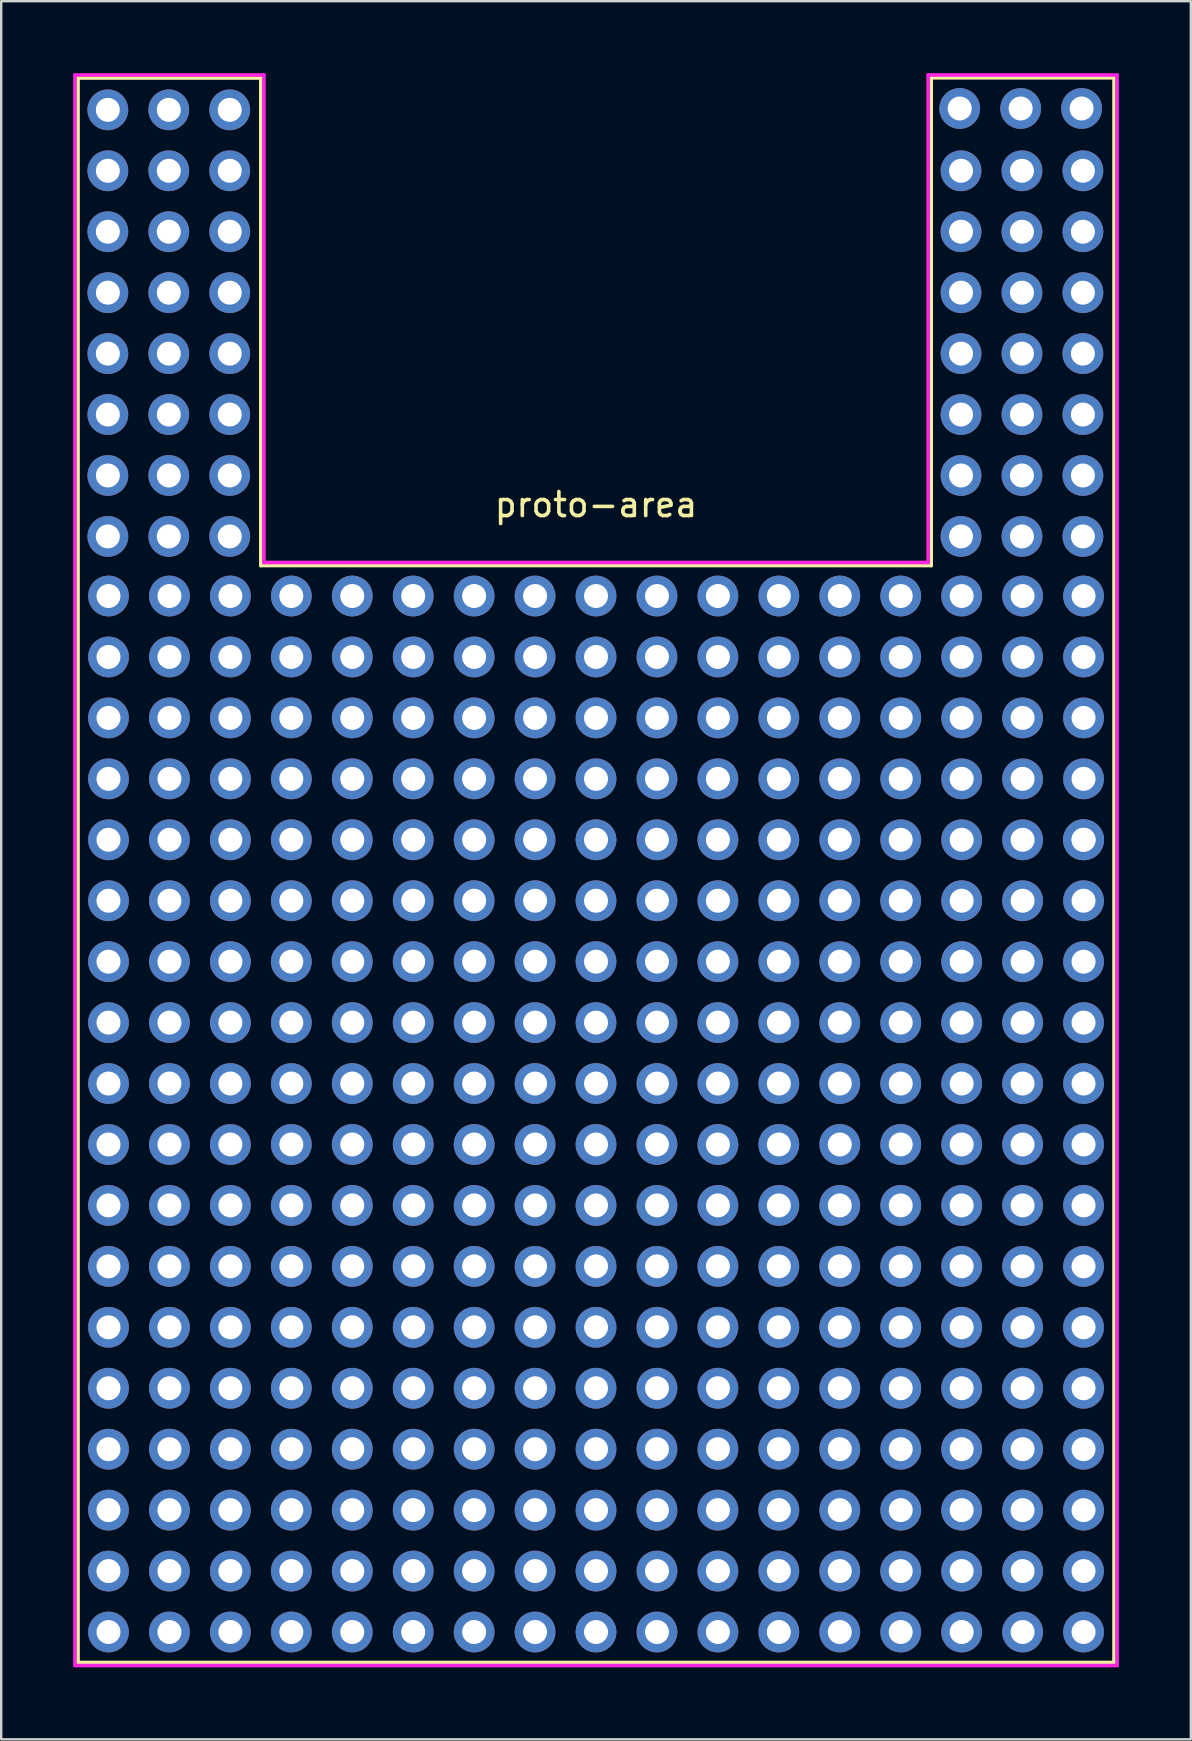
<source format=kicad_pcb>
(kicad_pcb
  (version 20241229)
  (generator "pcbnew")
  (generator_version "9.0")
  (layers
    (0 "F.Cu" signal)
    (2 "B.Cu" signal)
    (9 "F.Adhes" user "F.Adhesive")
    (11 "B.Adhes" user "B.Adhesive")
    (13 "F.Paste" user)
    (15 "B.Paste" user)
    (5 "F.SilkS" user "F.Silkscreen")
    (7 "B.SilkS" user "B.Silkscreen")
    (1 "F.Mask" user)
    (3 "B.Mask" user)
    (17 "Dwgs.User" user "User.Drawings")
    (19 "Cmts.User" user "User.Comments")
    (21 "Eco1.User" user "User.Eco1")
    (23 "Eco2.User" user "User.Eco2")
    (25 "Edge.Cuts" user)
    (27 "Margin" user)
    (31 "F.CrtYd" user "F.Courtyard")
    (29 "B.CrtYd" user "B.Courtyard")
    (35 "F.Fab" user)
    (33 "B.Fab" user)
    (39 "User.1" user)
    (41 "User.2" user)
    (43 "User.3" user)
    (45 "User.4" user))
  (footprint "proto-area"
    (layer "F.Cu")
    (at 21.792 47.192)
    (property "Reference" "proto-area" (at 0 -29.21 180) (layer "F.SilkS") (effects (font (size 1 1) (thickness 0.15))))
    (attr through_hole)
    (fp_line (start -21.59 19.05) (end -21.59 -46.99) (stroke (width 0.15) (type solid)) (layer "F.SilkS"))
    (fp_line (start -13.97 -46.99) (end -21.59 -46.99) (stroke (width 0.15) (type solid)) (layer "F.SilkS"))
    (fp_line (start -13.97 -26.67) (end -13.97 -46.99) (stroke (width 0.15) (type solid)) (layer "F.SilkS"))
    (fp_line (start -13.97 -26.67) (end 13.97 -26.67) (stroke (width 0.15) (type solid)) (layer "F.SilkS"))
    (fp_line (start 13.97 -46.99) (end 13.97 -26.67) (stroke (width 0.15) (type solid)) (layer "F.SilkS"))
    (fp_line (start 21.59 -47) (end 14 -47) (stroke (width 0.15) (type solid)) (layer "F.SilkS"))
    (fp_line (start 21.59 -46.99) (end 21.59 19.05) (stroke (width 0.15) (type solid)) (layer "F.SilkS"))
    (fp_line (start 21.59 19.05) (end -21.59 19.05) (stroke (width 0.15) (type solid)) (layer "F.SilkS"))
    (fp_line (start -21.717 -47.117) (end -21.717 19.177) (stroke (width 0.15) (type solid)) (layer "F.CrtYd"))
    (fp_line (start -21.717 19.177) (end 21.717 19.177) (stroke (width 0.15) (type solid)) (layer "F.CrtYd"))
    (fp_line (start -13.843 -47.117) (end -21.717 -47.117) (stroke (width 0.15) (type solid)) (layer "F.CrtYd"))
    (fp_line (start -13.843 -26.797) (end -13.843 -47.117) (stroke (width 0.15) (type solid)) (layer "F.CrtYd"))
    (fp_line (start 13.843 -47.117) (end 13.843 -26.797) (stroke (width 0.15) (type solid)) (layer "F.CrtYd"))
    (fp_line (start 13.843 -26.797) (end -13.843 -26.797) (stroke (width 0.15) (type solid)) (layer "F.CrtYd"))
    (fp_line (start 21.717 -47.117) (end 13.843 -47.117) (stroke (width 0.15) (type solid)) (layer "F.CrtYd"))
    (fp_line (start 21.717 19.177) (end 21.717 -47.117) (stroke (width 0.15) (type solid)) (layer "F.CrtYd"))
    (pad "" thru_hole circle (at -20.32 -25.4 180) (size 1.7 1.7) (drill 1) (layers "*.Cu" "*.Mask"))
    (pad "" thru_hole circle (at -20.32 -22.86) (size 1.7 1.7) (drill 1) (layers "*.Cu" "*.Mask"))
    (pad "" thru_hole circle (at -20.32 -20.32) (size 1.7 1.7) (drill 1) (layers "*.Cu" "*.Mask"))
    (pad "" thru_hole circle (at -20.32 -17.78) (size 1.7 1.7) (drill 1) (layers "*.Cu" "*.Mask"))
    (pad "" thru_hole circle (at -20.32 -15.24) (size 1.7 1.7) (drill 1) (layers "*.Cu" "*.Mask"))
    (pad "" thru_hole circle (at -20.32 -12.7) (size 1.7 1.7) (drill 1) (layers "*.Cu" "*.Mask"))
    (pad "" thru_hole circle (at -20.32 -10.16) (size 1.7 1.7) (drill 1) (layers "*.Cu" "*.Mask"))
    (pad "" thru_hole circle (at -20.32 -7.62) (size 1.7 1.7) (drill 1) (layers "*.Cu" "*.Mask"))
    (pad "" thru_hole circle (at -20.32 -5.08) (size 1.7 1.7) (drill 1) (layers "*.Cu" "*.Mask"))
    (pad "" thru_hole circle (at -20.32 -2.54) (size 1.7 1.7) (drill 1) (layers "*.Cu" "*.Mask"))
    (pad "" thru_hole circle (at -20.32 0) (size 1.7 1.7) (drill 1) (layers "*.Cu" "*.Mask"))
    (pad "" thru_hole circle (at -20.32 2.54) (size 1.7 1.7) (drill 1) (layers "*.Cu" "*.Mask"))
    (pad "" thru_hole circle (at -20.32 5.08) (size 1.7 1.7) (drill 1) (layers "*.Cu" "*.Mask"))
    (pad "" thru_hole circle (at -20.32 7.62) (size 1.7 1.7) (drill 1) (layers "*.Cu" "*.Mask"))
    (pad "" thru_hole circle (at -20.32 10.16) (size 1.7 1.7) (drill 1) (layers "*.Cu" "*.Mask"))
    (pad "" thru_hole circle (at -20.32 12.7) (size 1.7 1.7) (drill 1) (layers "*.Cu" "*.Mask"))
    (pad "" thru_hole circle (at -20.32 15.24) (size 1.7 1.7) (drill 1) (layers "*.Cu" "*.Mask"))
    (pad "" thru_hole circle (at -20.32 17.78) (size 1.7 1.7) (drill 1) (layers "*.Cu" "*.Mask"))
    (pad "" thru_hole circle (at -17.78 -25.4 180) (size 1.7 1.7) (drill 1) (layers "*.Cu" "*.Mask"))
    (pad "" thru_hole circle (at -17.78 -22.86) (size 1.7 1.7) (drill 1) (layers "*.Cu" "*.Mask"))
    (pad "" thru_hole circle (at -17.78 -20.32) (size 1.7 1.7) (drill 1) (layers "*.Cu" "*.Mask"))
    (pad "" thru_hole circle (at -17.78 -17.78) (size 1.7 1.7) (drill 1) (layers "*.Cu" "*.Mask"))
    (pad "" thru_hole circle (at -17.78 -15.24) (size 1.7 1.7) (drill 1) (layers "*.Cu" "*.Mask"))
    (pad "" thru_hole circle (at -17.78 -12.7) (size 1.7 1.7) (drill 1) (layers "*.Cu" "*.Mask"))
    (pad "" thru_hole circle (at -17.78 -10.16) (size 1.7 1.7) (drill 1) (layers "*.Cu" "*.Mask"))
    (pad "" thru_hole circle (at -17.78 -7.62) (size 1.7 1.7) (drill 1) (layers "*.Cu" "*.Mask"))
    (pad "" thru_hole circle (at -17.78 -5.08) (size 1.7 1.7) (drill 1) (layers "*.Cu" "*.Mask"))
    (pad "" thru_hole circle (at -17.78 -2.54) (size 1.7 1.7) (drill 1) (layers "*.Cu" "*.Mask"))
    (pad "" thru_hole circle (at -17.78 0) (size 1.7 1.7) (drill 1) (layers "*.Cu" "*.Mask"))
    (pad "" thru_hole circle (at -17.78 2.54) (size 1.7 1.7) (drill 1) (layers "*.Cu" "*.Mask"))
    (pad "" thru_hole circle (at -17.78 5.08) (size 1.7 1.7) (drill 1) (layers "*.Cu" "*.Mask"))
    (pad "" thru_hole circle (at -17.78 7.62) (size 1.7 1.7) (drill 1) (layers "*.Cu" "*.Mask"))
    (pad "" thru_hole circle (at -17.78 10.16) (size 1.7 1.7) (drill 1) (layers "*.Cu" "*.Mask"))
    (pad "" thru_hole circle (at -17.78 12.7) (size 1.7 1.7) (drill 1) (layers "*.Cu" "*.Mask"))
    (pad "" thru_hole circle (at -17.78 15.24) (size 1.7 1.7) (drill 1) (layers "*.Cu" "*.Mask"))
    (pad "" thru_hole circle (at -17.78 17.78) (size 1.7 1.7) (drill 1) (layers "*.Cu" "*.Mask"))
    (pad "" thru_hole circle (at -15.24 -25.4 180) (size 1.7 1.7) (drill 1) (layers "*.Cu" "*.Mask"))
    (pad "" thru_hole circle (at -15.24 -22.86) (size 1.7 1.7) (drill 1) (layers "*.Cu" "*.Mask"))
    (pad "" thru_hole circle (at -15.24 -20.32) (size 1.7 1.7) (drill 1) (layers "*.Cu" "*.Mask"))
    (pad "" thru_hole circle (at -15.24 -17.78) (size 1.7 1.7) (drill 1) (layers "*.Cu" "*.Mask"))
    (pad "" thru_hole circle (at -15.24 -15.24) (size 1.7 1.7) (drill 1) (layers "*.Cu" "*.Mask"))
    (pad "" thru_hole circle (at -15.24 -12.7) (size 1.7 1.7) (drill 1) (layers "*.Cu" "*.Mask"))
    (pad "" thru_hole circle (at -15.24 -10.16) (size 1.7 1.7) (drill 1) (layers "*.Cu" "*.Mask"))
    (pad "" thru_hole circle (at -15.24 -7.62) (size 1.7 1.7) (drill 1) (layers "*.Cu" "*.Mask"))
    (pad "" thru_hole circle (at -15.24 -5.08) (size 1.7 1.7) (drill 1) (layers "*.Cu" "*.Mask"))
    (pad "" thru_hole circle (at -15.24 -2.54) (size 1.7 1.7) (drill 1) (layers "*.Cu" "*.Mask"))
    (pad "" thru_hole circle (at -15.24 0) (size 1.7 1.7) (drill 1) (layers "*.Cu" "*.Mask"))
    (pad "" thru_hole circle (at -15.24 2.54) (size 1.7 1.7) (drill 1) (layers "*.Cu" "*.Mask"))
    (pad "" thru_hole circle (at -15.24 5.08) (size 1.7 1.7) (drill 1) (layers "*.Cu" "*.Mask"))
    (pad "" thru_hole circle (at -15.24 7.62) (size 1.7 1.7) (drill 1) (layers "*.Cu" "*.Mask"))
    (pad "" thru_hole circle (at -15.24 10.16) (size 1.7 1.7) (drill 1) (layers "*.Cu" "*.Mask"))
    (pad "" thru_hole circle (at -15.24 12.7) (size 1.7 1.7) (drill 1) (layers "*.Cu" "*.Mask"))
    (pad "" thru_hole circle (at -15.24 15.24) (size 1.7 1.7) (drill 1) (layers "*.Cu" "*.Mask"))
    (pad "" thru_hole circle (at -15.24 17.78) (size 1.7 1.7) (drill 1) (layers "*.Cu" "*.Mask"))
    (pad "" thru_hole circle (at -12.7 -25.4 180) (size 1.7 1.7) (drill 1) (layers "*.Cu" "*.Mask"))
    (pad "" thru_hole circle (at -12.7 -22.86) (size 1.7 1.7) (drill 1) (layers "*.Cu" "*.Mask"))
    (pad "" thru_hole circle (at -12.7 -20.32) (size 1.7 1.7) (drill 1) (layers "*.Cu" "*.Mask"))
    (pad "" thru_hole circle (at -12.7 -17.78) (size 1.7 1.7) (drill 1) (layers "*.Cu" "*.Mask"))
    (pad "" thru_hole circle (at -12.7 -15.24) (size 1.7 1.7) (drill 1) (layers "*.Cu" "*.Mask"))
    (pad "" thru_hole circle (at -12.7 -12.7) (size 1.7 1.7) (drill 1) (layers "*.Cu" "*.Mask"))
    (pad "" thru_hole circle (at -12.7 -10.16) (size 1.7 1.7) (drill 1) (layers "*.Cu" "*.Mask"))
    (pad "" thru_hole circle (at -12.7 -7.62) (size 1.7 1.7) (drill 1) (layers "*.Cu" "*.Mask"))
    (pad "" thru_hole circle (at -12.7 -5.08) (size 1.7 1.7) (drill 1) (layers "*.Cu" "*.Mask"))
    (pad "" thru_hole circle (at -12.7 -2.54) (size 1.7 1.7) (drill 1) (layers "*.Cu" "*.Mask"))
    (pad "" thru_hole circle (at -12.7 0) (size 1.7 1.7) (drill 1) (layers "*.Cu" "*.Mask"))
    (pad "" thru_hole circle (at -12.7 2.54) (size 1.7 1.7) (drill 1) (layers "*.Cu" "*.Mask"))
    (pad "" thru_hole circle (at -12.7 5.08) (size 1.7 1.7) (drill 1) (layers "*.Cu" "*.Mask"))
    (pad "" thru_hole circle (at -12.7 7.62) (size 1.7 1.7) (drill 1) (layers "*.Cu" "*.Mask"))
    (pad "" thru_hole circle (at -12.7 10.16) (size 1.7 1.7) (drill 1) (layers "*.Cu" "*.Mask"))
    (pad "" thru_hole circle (at -12.7 12.7) (size 1.7 1.7) (drill 1) (layers "*.Cu" "*.Mask"))
    (pad "" thru_hole circle (at -12.7 15.24) (size 1.7 1.7) (drill 1) (layers "*.Cu" "*.Mask"))
    (pad "" thru_hole circle (at -12.7 17.78) (size 1.7 1.7) (drill 1) (layers "*.Cu" "*.Mask"))
    (pad "" thru_hole circle (at -10.16 -25.4 180) (size 1.7 1.7) (drill 1) (layers "*.Cu" "*.Mask"))
    (pad "" thru_hole circle (at -10.16 -22.86) (size 1.7 1.7) (drill 1) (layers "*.Cu" "*.Mask"))
    (pad "" thru_hole circle (at -10.16 -20.32) (size 1.7 1.7) (drill 1) (layers "*.Cu" "*.Mask"))
    (pad "" thru_hole circle (at -10.16 -17.78) (size 1.7 1.7) (drill 1) (layers "*.Cu" "*.Mask"))
    (pad "" thru_hole circle (at -10.16 -15.24) (size 1.7 1.7) (drill 1) (layers "*.Cu" "*.Mask"))
    (pad "" thru_hole circle (at -10.16 -12.7) (size 1.7 1.7) (drill 1) (layers "*.Cu" "*.Mask"))
    (pad "" thru_hole circle (at -10.16 -10.16) (size 1.7 1.7) (drill 1) (layers "*.Cu" "*.Mask"))
    (pad "" thru_hole circle (at -10.16 -7.62) (size 1.7 1.7) (drill 1) (layers "*.Cu" "*.Mask"))
    (pad "" thru_hole circle (at -10.16 -5.08) (size 1.7 1.7) (drill 1) (layers "*.Cu" "*.Mask"))
    (pad "" thru_hole circle (at -10.16 -2.54) (size 1.7 1.7) (drill 1) (layers "*.Cu" "*.Mask"))
    (pad "" thru_hole circle (at -10.16 0) (size 1.7 1.7) (drill 1) (layers "*.Cu" "*.Mask"))
    (pad "" thru_hole circle (at -10.16 2.54) (size 1.7 1.7) (drill 1) (layers "*.Cu" "*.Mask"))
    (pad "" thru_hole circle (at -10.16 5.08) (size 1.7 1.7) (drill 1) (layers "*.Cu" "*.Mask"))
    (pad "" thru_hole circle (at -10.16 7.62) (size 1.7 1.7) (drill 1) (layers "*.Cu" "*.Mask"))
    (pad "" thru_hole circle (at -10.16 10.16) (size 1.7 1.7) (drill 1) (layers "*.Cu" "*.Mask"))
    (pad "" thru_hole circle (at -10.16 12.7) (size 1.7 1.7) (drill 1) (layers "*.Cu" "*.Mask"))
    (pad "" thru_hole circle (at -10.16 15.24) (size 1.7 1.7) (drill 1) (layers "*.Cu" "*.Mask"))
    (pad "" thru_hole circle (at -10.16 17.78) (size 1.7 1.7) (drill 1) (layers "*.Cu" "*.Mask"))
    (pad "" thru_hole circle (at -7.62 -25.4 180) (size 1.7 1.7) (drill 1) (layers "*.Cu" "*.Mask"))
    (pad "" thru_hole circle (at -7.62 -22.86) (size 1.7 1.7) (drill 1) (layers "*.Cu" "*.Mask"))
    (pad "" thru_hole circle (at -7.62 -20.32) (size 1.7 1.7) (drill 1) (layers "*.Cu" "*.Mask"))
    (pad "" thru_hole circle (at -7.62 -17.78) (size 1.7 1.7) (drill 1) (layers "*.Cu" "*.Mask"))
    (pad "" thru_hole circle (at -7.62 -15.24) (size 1.7 1.7) (drill 1) (layers "*.Cu" "*.Mask"))
    (pad "" thru_hole circle (at -7.62 -12.7) (size 1.7 1.7) (drill 1) (layers "*.Cu" "*.Mask"))
    (pad "" thru_hole circle (at -7.62 -10.16) (size 1.7 1.7) (drill 1) (layers "*.Cu" "*.Mask"))
    (pad "" thru_hole circle (at -7.62 -7.62) (size 1.7 1.7) (drill 1) (layers "*.Cu" "*.Mask"))
    (pad "" thru_hole circle (at -7.62 -5.08) (size 1.7 1.7) (drill 1) (layers "*.Cu" "*.Mask"))
    (pad "" thru_hole circle (at -7.62 -2.54) (size 1.7 1.7) (drill 1) (layers "*.Cu" "*.Mask"))
    (pad "" thru_hole circle (at -7.62 0) (size 1.7 1.7) (drill 1) (layers "*.Cu" "*.Mask"))
    (pad "" thru_hole circle (at -7.62 2.54) (size 1.7 1.7) (drill 1) (layers "*.Cu" "*.Mask"))
    (pad "" thru_hole circle (at -7.62 5.08) (size 1.7 1.7) (drill 1) (layers "*.Cu" "*.Mask"))
    (pad "" thru_hole circle (at -7.62 7.62) (size 1.7 1.7) (drill 1) (layers "*.Cu" "*.Mask"))
    (pad "" thru_hole circle (at -7.62 10.16) (size 1.7 1.7) (drill 1) (layers "*.Cu" "*.Mask"))
    (pad "" thru_hole circle (at -7.62 12.7) (size 1.7 1.7) (drill 1) (layers "*.Cu" "*.Mask"))
    (pad "" thru_hole circle (at -7.62 15.24) (size 1.7 1.7) (drill 1) (layers "*.Cu" "*.Mask"))
    (pad "" thru_hole circle (at -7.62 17.78) (size 1.7 1.7) (drill 1) (layers "*.Cu" "*.Mask"))
    (pad "" thru_hole circle (at -5.08 -25.4 180) (size 1.7 1.7) (drill 1) (layers "*.Cu" "*.Mask"))
    (pad "" thru_hole circle (at -5.08 -22.86) (size 1.7 1.7) (drill 1) (layers "*.Cu" "*.Mask"))
    (pad "" thru_hole circle (at -5.08 -20.32) (size 1.7 1.7) (drill 1) (layers "*.Cu" "*.Mask"))
    (pad "" thru_hole circle (at -5.08 -17.78) (size 1.7 1.7) (drill 1) (layers "*.Cu" "*.Mask"))
    (pad "" thru_hole circle (at -5.08 -15.24) (size 1.7 1.7) (drill 1) (layers "*.Cu" "*.Mask"))
    (pad "" thru_hole circle (at -5.08 -12.7) (size 1.7 1.7) (drill 1) (layers "*.Cu" "*.Mask"))
    (pad "" thru_hole circle (at -5.08 -10.16) (size 1.7 1.7) (drill 1) (layers "*.Cu" "*.Mask"))
    (pad "" thru_hole circle (at -5.08 -7.62) (size 1.7 1.7) (drill 1) (layers "*.Cu" "*.Mask"))
    (pad "" thru_hole circle (at -5.08 -5.08) (size 1.7 1.7) (drill 1) (layers "*.Cu" "*.Mask"))
    (pad "" thru_hole circle (at -5.08 -2.54) (size 1.7 1.7) (drill 1) (layers "*.Cu" "*.Mask"))
    (pad "" thru_hole circle (at -5.08 0) (size 1.7 1.7) (drill 1) (layers "*.Cu" "*.Mask"))
    (pad "" thru_hole circle (at -5.08 2.54) (size 1.7 1.7) (drill 1) (layers "*.Cu" "*.Mask"))
    (pad "" thru_hole circle (at -5.08 5.08) (size 1.7 1.7) (drill 1) (layers "*.Cu" "*.Mask"))
    (pad "" thru_hole circle (at -5.08 7.62) (size 1.7 1.7) (drill 1) (layers "*.Cu" "*.Mask"))
    (pad "" thru_hole circle (at -5.08 10.16) (size 1.7 1.7) (drill 1) (layers "*.Cu" "*.Mask"))
    (pad "" thru_hole circle (at -5.08 12.7) (size 1.7 1.7) (drill 1) (layers "*.Cu" "*.Mask"))
    (pad "" thru_hole circle (at -5.08 15.24) (size 1.7 1.7) (drill 1) (layers "*.Cu" "*.Mask"))
    (pad "" thru_hole circle (at -5.08 17.78) (size 1.7 1.7) (drill 1) (layers "*.Cu" "*.Mask"))
    (pad "" thru_hole circle (at -2.54 -25.4 180) (size 1.7 1.7) (drill 1) (layers "*.Cu" "*.Mask"))
    (pad "" thru_hole circle (at -2.54 -22.86) (size 1.7 1.7) (drill 1) (layers "*.Cu" "*.Mask"))
    (pad "" thru_hole circle (at -2.54 -20.32) (size 1.7 1.7) (drill 1) (layers "*.Cu" "*.Mask"))
    (pad "" thru_hole circle (at -2.54 -17.78) (size 1.7 1.7) (drill 1) (layers "*.Cu" "*.Mask"))
    (pad "" thru_hole circle (at -2.54 -15.24) (size 1.7 1.7) (drill 1) (layers "*.Cu" "*.Mask"))
    (pad "" thru_hole circle (at -2.54 -12.7) (size 1.7 1.7) (drill 1) (layers "*.Cu" "*.Mask"))
    (pad "" thru_hole circle (at -2.54 -10.16) (size 1.7 1.7) (drill 1) (layers "*.Cu" "*.Mask"))
    (pad "" thru_hole circle (at -2.54 -7.62) (size 1.7 1.7) (drill 1) (layers "*.Cu" "*.Mask"))
    (pad "" thru_hole circle (at -2.54 -5.08) (size 1.7 1.7) (drill 1) (layers "*.Cu" "*.Mask"))
    (pad "" thru_hole circle (at -2.54 -2.54) (size 1.7 1.7) (drill 1) (layers "*.Cu" "*.Mask"))
    (pad "" thru_hole circle (at -2.54 0) (size 1.7 1.7) (drill 1) (layers "*.Cu" "*.Mask"))
    (pad "" thru_hole circle (at -2.54 2.54) (size 1.7 1.7) (drill 1) (layers "*.Cu" "*.Mask"))
    (pad "" thru_hole circle (at -2.54 5.08) (size 1.7 1.7) (drill 1) (layers "*.Cu" "*.Mask"))
    (pad "" thru_hole circle (at -2.54 7.62) (size 1.7 1.7) (drill 1) (layers "*.Cu" "*.Mask"))
    (pad "" thru_hole circle (at -2.54 10.16) (size 1.7 1.7) (drill 1) (layers "*.Cu" "*.Mask"))
    (pad "" thru_hole circle (at -2.54 12.7) (size 1.7 1.7) (drill 1) (layers "*.Cu" "*.Mask"))
    (pad "" thru_hole circle (at -2.54 15.24) (size 1.7 1.7) (drill 1) (layers "*.Cu" "*.Mask"))
    (pad "" thru_hole circle (at -2.54 17.78) (size 1.7 1.7) (drill 1) (layers "*.Cu" "*.Mask"))
    (pad "" thru_hole circle (at 0 -25.4 180) (size 1.7 1.7) (drill 1) (layers "*.Cu" "*.Mask"))
    (pad "" thru_hole circle (at 0 -22.86) (size 1.7 1.7) (drill 1) (layers "*.Cu" "*.Mask"))
    (pad "" thru_hole circle (at 0 -20.32) (size 1.7 1.7) (drill 1) (layers "*.Cu" "*.Mask"))
    (pad "" thru_hole circle (at 0 -17.78) (size 1.7 1.7) (drill 1) (layers "*.Cu" "*.Mask"))
    (pad "" thru_hole circle (at 0 -15.24) (size 1.7 1.7) (drill 1) (layers "*.Cu" "*.Mask"))
    (pad "" thru_hole circle (at 0 -12.7) (size 1.7 1.7) (drill 1) (layers "*.Cu" "*.Mask"))
    (pad "" thru_hole circle (at 0 -10.16) (size 1.7 1.7) (drill 1) (layers "*.Cu" "*.Mask"))
    (pad "" thru_hole circle (at 0 -7.62) (size 1.7 1.7) (drill 1) (layers "*.Cu" "*.Mask"))
    (pad "" thru_hole circle (at 0 -5.08) (size 1.7 1.7) (drill 1) (layers "*.Cu" "*.Mask"))
    (pad "" thru_hole circle (at 0 -2.54) (size 1.7 1.7) (drill 1) (layers "*.Cu" "*.Mask"))
    (pad "" thru_hole circle (at 0 0) (size 1.7 1.7) (drill 1) (layers "*.Cu" "*.Mask"))
    (pad "" thru_hole circle (at 0 2.54) (size 1.7 1.7) (drill 1) (layers "*.Cu" "*.Mask"))
    (pad "" thru_hole circle (at 0 5.08) (size 1.7 1.7) (drill 1) (layers "*.Cu" "*.Mask"))
    (pad "" thru_hole circle (at 0 7.62) (size 1.7 1.7) (drill 1) (layers "*.Cu" "*.Mask"))
    (pad "" thru_hole circle (at 0 10.16) (size 1.7 1.7) (drill 1) (layers "*.Cu" "*.Mask"))
    (pad "" thru_hole circle (at 0 12.7) (size 1.7 1.7) (drill 1) (layers "*.Cu" "*.Mask"))
    (pad "" thru_hole circle (at 0 15.24) (size 1.7 1.7) (drill 1) (layers "*.Cu" "*.Mask"))
    (pad "" thru_hole circle (at 0 17.78) (size 1.7 1.7) (drill 1) (layers "*.Cu" "*.Mask"))
    (pad "" thru_hole circle (at 2.54 -25.4 180) (size 1.7 1.7) (drill 1) (layers "*.Cu" "*.Mask"))
    (pad "" thru_hole circle (at 2.54 -22.86) (size 1.7 1.7) (drill 1) (layers "*.Cu" "*.Mask"))
    (pad "" thru_hole circle (at 2.54 -20.32) (size 1.7 1.7) (drill 1) (layers "*.Cu" "*.Mask"))
    (pad "" thru_hole circle (at 2.54 -17.78) (size 1.7 1.7) (drill 1) (layers "*.Cu" "*.Mask"))
    (pad "" thru_hole circle (at 2.54 -15.24) (size 1.7 1.7) (drill 1) (layers "*.Cu" "*.Mask"))
    (pad "" thru_hole circle (at 2.54 -12.7) (size 1.7 1.7) (drill 1) (layers "*.Cu" "*.Mask"))
    (pad "" thru_hole circle (at 2.54 -10.16) (size 1.7 1.7) (drill 1) (layers "*.Cu" "*.Mask"))
    (pad "" thru_hole circle (at 2.54 -7.62) (size 1.7 1.7) (drill 1) (layers "*.Cu" "*.Mask"))
    (pad "" thru_hole circle (at 2.54 -5.08) (size 1.7 1.7) (drill 1) (layers "*.Cu" "*.Mask"))
    (pad "" thru_hole circle (at 2.54 -2.54) (size 1.7 1.7) (drill 1) (layers "*.Cu" "*.Mask"))
    (pad "" thru_hole circle (at 2.54 0) (size 1.7 1.7) (drill 1) (layers "*.Cu" "*.Mask"))
    (pad "" thru_hole circle (at 2.54 2.54) (size 1.7 1.7) (drill 1) (layers "*.Cu" "*.Mask"))
    (pad "" thru_hole circle (at 2.54 5.08) (size 1.7 1.7) (drill 1) (layers "*.Cu" "*.Mask"))
    (pad "" thru_hole circle (at 2.54 7.62) (size 1.7 1.7) (drill 1) (layers "*.Cu" "*.Mask"))
    (pad "" thru_hole circle (at 2.54 10.16) (size 1.7 1.7) (drill 1) (layers "*.Cu" "*.Mask"))
    (pad "" thru_hole circle (at 2.54 12.7) (size 1.7 1.7) (drill 1) (layers "*.Cu" "*.Mask"))
    (pad "" thru_hole circle (at 2.54 15.24) (size 1.7 1.7) (drill 1) (layers "*.Cu" "*.Mask"))
    (pad "" thru_hole circle (at 2.54 17.78) (size 1.7 1.7) (drill 1) (layers "*.Cu" "*.Mask"))
    (pad "" thru_hole circle (at 5.08 -25.4 180) (size 1.7 1.7) (drill 1) (layers "*.Cu" "*.Mask"))
    (pad "" thru_hole circle (at 5.08 -22.86) (size 1.7 1.7) (drill 1) (layers "*.Cu" "*.Mask"))
    (pad "" thru_hole circle (at 5.08 -20.32) (size 1.7 1.7) (drill 1) (layers "*.Cu" "*.Mask"))
    (pad "" thru_hole circle (at 5.08 -17.78) (size 1.7 1.7) (drill 1) (layers "*.Cu" "*.Mask"))
    (pad "" thru_hole circle (at 5.08 -15.24) (size 1.7 1.7) (drill 1) (layers "*.Cu" "*.Mask"))
    (pad "" thru_hole circle (at 5.08 -12.7) (size 1.7 1.7) (drill 1) (layers "*.Cu" "*.Mask"))
    (pad "" thru_hole circle (at 5.08 -10.16) (size 1.7 1.7) (drill 1) (layers "*.Cu" "*.Mask"))
    (pad "" thru_hole circle (at 5.08 -7.62) (size 1.7 1.7) (drill 1) (layers "*.Cu" "*.Mask"))
    (pad "" thru_hole circle (at 5.08 -5.08) (size 1.7 1.7) (drill 1) (layers "*.Cu" "*.Mask"))
    (pad "" thru_hole circle (at 5.08 -2.54) (size 1.7 1.7) (drill 1) (layers "*.Cu" "*.Mask"))
    (pad "" thru_hole circle (at 5.08 0) (size 1.7 1.7) (drill 1) (layers "*.Cu" "*.Mask"))
    (pad "" thru_hole circle (at 5.08 2.54) (size 1.7 1.7) (drill 1) (layers "*.Cu" "*.Mask"))
    (pad "" thru_hole circle (at 5.08 5.08) (size 1.7 1.7) (drill 1) (layers "*.Cu" "*.Mask"))
    (pad "" thru_hole circle (at 5.08 7.62) (size 1.7 1.7) (drill 1) (layers "*.Cu" "*.Mask"))
    (pad "" thru_hole circle (at 5.08 10.16) (size 1.7 1.7) (drill 1) (layers "*.Cu" "*.Mask"))
    (pad "" thru_hole circle (at 5.08 12.7) (size 1.7 1.7) (drill 1) (layers "*.Cu" "*.Mask"))
    (pad "" thru_hole circle (at 5.08 15.24) (size 1.7 1.7) (drill 1) (layers "*.Cu" "*.Mask"))
    (pad "" thru_hole circle (at 5.08 17.78) (size 1.7 1.7) (drill 1) (layers "*.Cu" "*.Mask"))
    (pad "" thru_hole circle (at 7.62 -25.4 180) (size 1.7 1.7) (drill 1) (layers "*.Cu" "*.Mask"))
    (pad "" thru_hole circle (at 7.62 -22.86) (size 1.7 1.7) (drill 1) (layers "*.Cu" "*.Mask"))
    (pad "" thru_hole circle (at 7.62 -20.32) (size 1.7 1.7) (drill 1) (layers "*.Cu" "*.Mask"))
    (pad "" thru_hole circle (at 7.62 -17.78) (size 1.7 1.7) (drill 1) (layers "*.Cu" "*.Mask"))
    (pad "" thru_hole circle (at 7.62 -15.24) (size 1.7 1.7) (drill 1) (layers "*.Cu" "*.Mask"))
    (pad "" thru_hole circle (at 7.62 -12.7) (size 1.7 1.7) (drill 1) (layers "*.Cu" "*.Mask"))
    (pad "" thru_hole circle (at 7.62 -10.16) (size 1.7 1.7) (drill 1) (layers "*.Cu" "*.Mask"))
    (pad "" thru_hole circle (at 7.62 -7.62) (size 1.7 1.7) (drill 1) (layers "*.Cu" "*.Mask"))
    (pad "" thru_hole circle (at 7.62 -5.08) (size 1.7 1.7) (drill 1) (layers "*.Cu" "*.Mask"))
    (pad "" thru_hole circle (at 7.62 -2.54) (size 1.7 1.7) (drill 1) (layers "*.Cu" "*.Mask"))
    (pad "" thru_hole circle (at 7.62 0) (size 1.7 1.7) (drill 1) (layers "*.Cu" "*.Mask"))
    (pad "" thru_hole circle (at 7.62 2.54) (size 1.7 1.7) (drill 1) (layers "*.Cu" "*.Mask"))
    (pad "" thru_hole circle (at 7.62 5.08) (size 1.7 1.7) (drill 1) (layers "*.Cu" "*.Mask"))
    (pad "" thru_hole circle (at 7.62 7.62) (size 1.7 1.7) (drill 1) (layers "*.Cu" "*.Mask"))
    (pad "" thru_hole circle (at 7.62 10.16) (size 1.7 1.7) (drill 1) (layers "*.Cu" "*.Mask"))
    (pad "" thru_hole circle (at 7.62 12.7) (size 1.7 1.7) (drill 1) (layers "*.Cu" "*.Mask"))
    (pad "" thru_hole circle (at 7.62 15.24) (size 1.7 1.7) (drill 1) (layers "*.Cu" "*.Mask"))
    (pad "" thru_hole circle (at 7.62 17.78) (size 1.7 1.7) (drill 1) (layers "*.Cu" "*.Mask"))
    (pad "" thru_hole circle (at 10.16 -25.4 180) (size 1.7 1.7) (drill 1) (layers "*.Cu" "*.Mask"))
    (pad "" thru_hole circle (at 10.16 -22.86) (size 1.7 1.7) (drill 1) (layers "*.Cu" "*.Mask"))
    (pad "" thru_hole circle (at 10.16 -20.32) (size 1.7 1.7) (drill 1) (layers "*.Cu" "*.Mask"))
    (pad "" thru_hole circle (at 10.16 -17.78) (size 1.7 1.7) (drill 1) (layers "*.Cu" "*.Mask"))
    (pad "" thru_hole circle (at 10.16 -15.24) (size 1.7 1.7) (drill 1) (layers "*.Cu" "*.Mask"))
    (pad "" thru_hole circle (at 10.16 -12.7) (size 1.7 1.7) (drill 1) (layers "*.Cu" "*.Mask"))
    (pad "" thru_hole circle (at 10.16 -10.16) (size 1.7 1.7) (drill 1) (layers "*.Cu" "*.Mask"))
    (pad "" thru_hole circle (at 10.16 -7.62) (size 1.7 1.7) (drill 1) (layers "*.Cu" "*.Mask"))
    (pad "" thru_hole circle (at 10.16 -5.08) (size 1.7 1.7) (drill 1) (layers "*.Cu" "*.Mask"))
    (pad "" thru_hole circle (at 10.16 -2.54) (size 1.7 1.7) (drill 1) (layers "*.Cu" "*.Mask"))
    (pad "" thru_hole circle (at 10.16 0) (size 1.7 1.7) (drill 1) (layers "*.Cu" "*.Mask"))
    (pad "" thru_hole circle (at 10.16 2.54) (size 1.7 1.7) (drill 1) (layers "*.Cu" "*.Mask"))
    (pad "" thru_hole circle (at 10.16 5.08) (size 1.7 1.7) (drill 1) (layers "*.Cu" "*.Mask"))
    (pad "" thru_hole circle (at 10.16 7.62) (size 1.7 1.7) (drill 1) (layers "*.Cu" "*.Mask"))
    (pad "" thru_hole circle (at 10.16 10.16) (size 1.7 1.7) (drill 1) (layers "*.Cu" "*.Mask"))
    (pad "" thru_hole circle (at 10.16 12.7) (size 1.7 1.7) (drill 1) (layers "*.Cu" "*.Mask"))
    (pad "" thru_hole circle (at 10.16 15.24) (size 1.7 1.7) (drill 1) (layers "*.Cu" "*.Mask"))
    (pad "" thru_hole circle (at 10.16 17.78) (size 1.7 1.7) (drill 1) (layers "*.Cu" "*.Mask"))
    (pad "" thru_hole circle (at 12.7 -25.4 180) (size 1.7 1.7) (drill 1) (layers "*.Cu" "*.Mask"))
    (pad "" thru_hole circle (at 12.7 -22.86) (size 1.7 1.7) (drill 1) (layers "*.Cu" "*.Mask"))
    (pad "" thru_hole circle (at 12.7 -20.32) (size 1.7 1.7) (drill 1) (layers "*.Cu" "*.Mask"))
    (pad "" thru_hole circle (at 12.7 -17.78) (size 1.7 1.7) (drill 1) (layers "*.Cu" "*.Mask"))
    (pad "" thru_hole circle (at 12.7 -15.24) (size 1.7 1.7) (drill 1) (layers "*.Cu" "*.Mask"))
    (pad "" thru_hole circle (at 12.7 -12.7) (size 1.7 1.7) (drill 1) (layers "*.Cu" "*.Mask"))
    (pad "" thru_hole circle (at 12.7 -10.16) (size 1.7 1.7) (drill 1) (layers "*.Cu" "*.Mask"))
    (pad "" thru_hole circle (at 12.7 -7.62) (size 1.7 1.7) (drill 1) (layers "*.Cu" "*.Mask"))
    (pad "" thru_hole circle (at 12.7 -5.08) (size 1.7 1.7) (drill 1) (layers "*.Cu" "*.Mask"))
    (pad "" thru_hole circle (at 12.7 -2.54) (size 1.7 1.7) (drill 1) (layers "*.Cu" "*.Mask"))
    (pad "" thru_hole circle (at 12.7 0) (size 1.7 1.7) (drill 1) (layers "*.Cu" "*.Mask"))
    (pad "" thru_hole circle (at 12.7 2.54) (size 1.7 1.7) (drill 1) (layers "*.Cu" "*.Mask"))
    (pad "" thru_hole circle (at 12.7 5.08) (size 1.7 1.7) (drill 1) (layers "*.Cu" "*.Mask"))
    (pad "" thru_hole circle (at 12.7 7.62) (size 1.7 1.7) (drill 1) (layers "*.Cu" "*.Mask"))
    (pad "" thru_hole circle (at 12.7 10.16) (size 1.7 1.7) (drill 1) (layers "*.Cu" "*.Mask"))
    (pad "" thru_hole circle (at 12.7 12.7) (size 1.7 1.7) (drill 1) (layers "*.Cu" "*.Mask"))
    (pad "" thru_hole circle (at 12.7 15.24) (size 1.7 1.7) (drill 1) (layers "*.Cu" "*.Mask"))
    (pad "" thru_hole circle (at 12.7 17.78) (size 1.7 1.7) (drill 1) (layers "*.Cu" "*.Mask"))
    (pad "" thru_hole circle (at 15.24 -25.4 180) (size 1.7 1.7) (drill 1) (layers "*.Cu" "*.Mask"))
    (pad "" thru_hole circle (at 15.24 -22.86) (size 1.7 1.7) (drill 1) (layers "*.Cu" "*.Mask"))
    (pad "" thru_hole circle (at 15.24 -20.32) (size 1.7 1.7) (drill 1) (layers "*.Cu" "*.Mask"))
    (pad "" thru_hole circle (at 15.24 -17.78) (size 1.7 1.7) (drill 1) (layers "*.Cu" "*.Mask"))
    (pad "" thru_hole circle (at 15.24 -15.24) (size 1.7 1.7) (drill 1) (layers "*.Cu" "*.Mask"))
    (pad "" thru_hole circle (at 15.24 -12.7) (size 1.7 1.7) (drill 1) (layers "*.Cu" "*.Mask"))
    (pad "" thru_hole circle (at 15.24 -10.16) (size 1.7 1.7) (drill 1) (layers "*.Cu" "*.Mask"))
    (pad "" thru_hole circle (at 15.24 -7.62) (size 1.7 1.7) (drill 1) (layers "*.Cu" "*.Mask"))
    (pad "" thru_hole circle (at 15.24 -5.08) (size 1.7 1.7) (drill 1) (layers "*.Cu" "*.Mask"))
    (pad "" thru_hole circle (at 15.24 -2.54) (size 1.7 1.7) (drill 1) (layers "*.Cu" "*.Mask"))
    (pad "" thru_hole circle (at 15.24 0) (size 1.7 1.7) (drill 1) (layers "*.Cu" "*.Mask"))
    (pad "" thru_hole circle (at 15.24 2.54) (size 1.7 1.7) (drill 1) (layers "*.Cu" "*.Mask"))
    (pad "" thru_hole circle (at 15.24 5.08) (size 1.7 1.7) (drill 1) (layers "*.Cu" "*.Mask"))
    (pad "" thru_hole circle (at 15.24 7.62) (size 1.7 1.7) (drill 1) (layers "*.Cu" "*.Mask"))
    (pad "" thru_hole circle (at 15.24 10.16) (size 1.7 1.7) (drill 1) (layers "*.Cu" "*.Mask"))
    (pad "" thru_hole circle (at 15.24 12.7) (size 1.7 1.7) (drill 1) (layers "*.Cu" "*.Mask"))
    (pad "" thru_hole circle (at 15.24 15.24) (size 1.7 1.7) (drill 1) (layers "*.Cu" "*.Mask"))
    (pad "" thru_hole circle (at 15.24 17.78) (size 1.7 1.7) (drill 1) (layers "*.Cu" "*.Mask"))
    (pad "" thru_hole circle (at 17.78 -25.4 180) (size 1.7 1.7) (drill 1) (layers "*.Cu" "*.Mask"))
    (pad "" thru_hole circle (at 17.78 -22.86) (size 1.7 1.7) (drill 1) (layers "*.Cu" "*.Mask"))
    (pad "" thru_hole circle (at 17.78 -20.32) (size 1.7 1.7) (drill 1) (layers "*.Cu" "*.Mask"))
    (pad "" thru_hole circle (at 17.78 -17.78) (size 1.7 1.7) (drill 1) (layers "*.Cu" "*.Mask"))
    (pad "" thru_hole circle (at 17.78 -15.24) (size 1.7 1.7) (drill 1) (layers "*.Cu" "*.Mask"))
    (pad "" thru_hole circle (at 17.78 -12.7) (size 1.7 1.7) (drill 1) (layers "*.Cu" "*.Mask"))
    (pad "" thru_hole circle (at 17.78 -10.16) (size 1.7 1.7) (drill 1) (layers "*.Cu" "*.Mask"))
    (pad "" thru_hole circle (at 17.78 -7.62) (size 1.7 1.7) (drill 1) (layers "*.Cu" "*.Mask"))
    (pad "" thru_hole circle (at 17.78 -5.08) (size 1.7 1.7) (drill 1) (layers "*.Cu" "*.Mask"))
    (pad "" thru_hole circle (at 17.78 -2.54) (size 1.7 1.7) (drill 1) (layers "*.Cu" "*.Mask"))
    (pad "" thru_hole circle (at 17.78 0) (size 1.7 1.7) (drill 1) (layers "*.Cu" "*.Mask"))
    (pad "" thru_hole circle (at 17.78 2.54) (size 1.7 1.7) (drill 1) (layers "*.Cu" "*.Mask"))
    (pad "" thru_hole circle (at 17.78 5.08) (size 1.7 1.7) (drill 1) (layers "*.Cu" "*.Mask"))
    (pad "" thru_hole circle (at 17.78 7.62) (size 1.7 1.7) (drill 1) (layers "*.Cu" "*.Mask"))
    (pad "" thru_hole circle (at 17.78 10.16) (size 1.7 1.7) (drill 1) (layers "*.Cu" "*.Mask"))
    (pad "" thru_hole circle (at 17.78 12.7) (size 1.7 1.7) (drill 1) (layers "*.Cu" "*.Mask"))
    (pad "" thru_hole circle (at 17.78 15.24) (size 1.7 1.7) (drill 1) (layers "*.Cu" "*.Mask"))
    (pad "" thru_hole circle (at 17.78 17.78) (size 1.7 1.7) (drill 1) (layers "*.Cu" "*.Mask"))
    (pad "" thru_hole circle (at 20.32 -25.4 180) (size 1.7 1.7) (drill 1) (layers "*.Cu" "*.Mask"))
    (pad "" thru_hole circle (at 20.32 -22.86) (size 1.7 1.7) (drill 1) (layers "*.Cu" "*.Mask"))
    (pad "" thru_hole circle (at 20.32 -20.32) (size 1.7 1.7) (drill 1) (layers "*.Cu" "*.Mask"))
    (pad "" thru_hole circle (at 20.32 -17.78) (size 1.7 1.7) (drill 1) (layers "*.Cu" "*.Mask"))
    (pad "" thru_hole circle (at 20.32 -15.24) (size 1.7 1.7) (drill 1) (layers "*.Cu" "*.Mask"))
    (pad "" thru_hole circle (at 20.32 -15.24) (size 1.7 1.7) (drill 1) (layers "*.Cu" "*.Mask"))
    (pad "" thru_hole circle (at 20.32 -12.7) (size 1.7 1.7) (drill 1) (layers "*.Cu" "*.Mask"))
    (pad "" thru_hole circle (at 20.32 -10.16) (size 1.7 1.7) (drill 1) (layers "*.Cu" "*.Mask"))
    (pad "" thru_hole circle (at 20.32 -7.62) (size 1.7 1.7) (drill 1) (layers "*.Cu" "*.Mask"))
    (pad "" thru_hole circle (at 20.32 -5.08) (size 1.7 1.7) (drill 1) (layers "*.Cu" "*.Mask"))
    (pad "" thru_hole circle (at 20.32 -2.54) (size 1.7 1.7) (drill 1) (layers "*.Cu" "*.Mask"))
    (pad "" thru_hole circle (at 20.32 0) (size 1.7 1.7) (drill 1) (layers "*.Cu" "*.Mask"))
    (pad "" thru_hole circle (at 20.32 2.54) (size 1.7 1.7) (drill 1) (layers "*.Cu" "*.Mask"))
    (pad "" thru_hole circle (at 20.32 5.08) (size 1.7 1.7) (drill 1) (layers "*.Cu" "*.Mask"))
    (pad "" thru_hole circle (at 20.32 7.62) (size 1.7 1.7) (drill 1) (layers "*.Cu" "*.Mask"))
    (pad "" thru_hole circle (at 20.32 10.16) (size 1.7 1.7) (drill 1) (layers "*.Cu" "*.Mask"))
    (pad "" thru_hole circle (at 20.32 12.7) (size 1.7 1.7) (drill 1) (layers "*.Cu" "*.Mask"))
    (pad "" thru_hole circle (at 20.32 15.24) (size 1.7 1.7) (drill 1) (layers "*.Cu" "*.Mask"))
    (pad "" thru_hole circle (at 20.32 17.78) (size 1.7 1.7) (drill 1) (layers "*.Cu" "*.Mask"))
    (pad "1" thru_hole circle (at -20.347 -45.664 90) (size 1.7 1.7) (drill 1) (layers "*.Cu" "*.Mask"))
    (pad "1" thru_hole circle (at 15.159 -45.72 90) (size 1.7 1.7) (drill 1) (layers "*.Cu" "*.Mask"))
    (pad "1" thru_hole circle (at 17.699 -45.72 90) (size 1.7 1.7) (drill 1) (layers "*.Cu" "*.Mask"))
    (pad "1" thru_hole circle (at 20.239 -45.72 90) (size 1.7 1.7) (drill 1) (layers "*.Cu" "*.Mask"))
    (pad "1" thru_hole circle (at 20.293 -43.124 90) (size 1.7 1.7) (drill 1) (layers "*.Cu" "*.Mask"))
    (pad "1" thru_hole circle (at 20.293 -40.584 90) (size 1.7 1.7) (drill 1) (layers "*.Cu" "*.Mask"))
    (pad "1" thru_hole circle (at 20.293 -38.044 90) (size 1.7 1.7) (drill 1) (layers "*.Cu" "*.Mask"))
    (pad "1" thru_hole circle (at 20.293 -35.504 90) (size 1.7 1.7) (drill 1) (layers "*.Cu" "*.Mask"))
    (pad "1" thru_hole circle (at 20.293 -32.964 90) (size 1.7 1.7) (drill 1) (layers "*.Cu" "*.Mask"))
    (pad "1" thru_hole circle (at 20.293 -30.424 90) (size 1.7 1.7) (drill 1) (layers "*.Cu" "*.Mask"))
    (pad "1" thru_hole circle (at 20.293 -27.884 90) (size 1.7 1.7) (drill 1) (layers "*.Cu" "*.Mask"))
    (pad "2" thru_hole circle (at -20.347 -43.124 90) (size 1.7 1.7) (drill 1) (layers "*.Cu" "*.Mask"))
    (pad "2" thru_hole circle (at -20.347 -40.584 90) (size 1.7 1.7) (drill 1) (layers "*.Cu" "*.Mask"))
    (pad "2" thru_hole circle (at -20.347 -38.044 90) (size 1.7 1.7) (drill 1) (layers "*.Cu" "*.Mask"))
    (pad "2" thru_hole circle (at -20.347 -35.504 90) (size 1.7 1.7) (drill 1) (layers "*.Cu" "*.Mask"))
    (pad "2" thru_hole circle (at -20.347 -32.964 90) (size 1.7 1.7) (drill 1) (layers "*.Cu" "*.Mask"))
    (pad "2" thru_hole circle (at -20.347 -30.424 90) (size 1.7 1.7) (drill 1) (layers "*.Cu" "*.Mask"))
    (pad "2" thru_hole circle (at -20.347 -27.884 90) (size 1.7 1.7) (drill 1) (layers "*.Cu" "*.Mask"))
    (pad "3" thru_hole circle (at 15.213 -43.124 90) (size 1.7 1.7) (drill 1) (layers "*.Cu" "*.Mask"))
    (pad "4" thru_hole circle (at 17.753 -43.124 90) (size 1.7 1.7) (drill 1) (layers "*.Cu" "*.Mask"))
    (pad "5" thru_hole circle (at 15.213 -40.584 90) (size 1.7 1.7) (drill 1) (layers "*.Cu" "*.Mask"))
    (pad "6" thru_hole circle (at 17.753 -40.584 90) (size 1.7 1.7) (drill 1) (layers "*.Cu" "*.Mask"))
    (pad "7" thru_hole circle (at 15.213 -38.044 90) (size 1.7 1.7) (drill 1) (layers "*.Cu" "*.Mask"))
    (pad "8" thru_hole circle (at 17.753 -38.044 90) (size 1.7 1.7) (drill 1) (layers "*.Cu" "*.Mask"))
    (pad "9" thru_hole circle (at 15.213 -35.504 90) (size 1.7 1.7) (drill 1) (layers "*.Cu" "*.Mask"))
    (pad "10" thru_hole circle (at 17.753 -35.504 90) (size 1.7 1.7) (drill 1) (layers "*.Cu" "*.Mask"))
    (pad "11" thru_hole circle (at 15.213 -32.964 90) (size 1.7 1.7) (drill 1) (layers "*.Cu" "*.Mask"))
    (pad "12" thru_hole circle (at 17.753 -32.964 90) (size 1.7 1.7) (drill 1) (layers "*.Cu" "*.Mask"))
    (pad "13" thru_hole circle (at 15.213 -30.424 90) (size 1.7 1.7) (drill 1) (layers "*.Cu" "*.Mask"))
    (pad "14" thru_hole circle (at 17.753 -30.424 90) (size 1.7 1.7) (drill 1) (layers "*.Cu" "*.Mask"))
    (pad "15" thru_hole circle (at 15.213 -27.884 90) (size 1.7 1.7) (drill 1) (layers "*.Cu" "*.Mask"))
    (pad "16" thru_hole circle (at 17.753 -27.884 90) (size 1.7 1.7) (drill 1) (layers "*.Cu" "*.Mask"))
    (pad "17" thru_hole circle (at -17.807 -27.884 90) (size 1.7 1.7) (drill 1) (layers "*.Cu" "*.Mask"))
    (pad "18" thru_hole circle (at -15.267 -27.884 90) (size 1.7 1.7) (drill 1) (layers "*.Cu" "*.Mask"))
    (pad "19" thru_hole circle (at -17.807 -30.424 90) (size 1.7 1.7) (drill 1) (layers "*.Cu" "*.Mask"))
    (pad "20" thru_hole circle (at -15.267 -30.424 90) (size 1.7 1.7) (drill 1) (layers "*.Cu" "*.Mask"))
    (pad "21" thru_hole circle (at -17.807 -32.964 90) (size 1.7 1.7) (drill 1) (layers "*.Cu" "*.Mask"))
    (pad "22" thru_hole circle (at -15.267 -32.964 90) (size 1.7 1.7) (drill 1) (layers "*.Cu" "*.Mask"))
    (pad "23" thru_hole circle (at -17.807 -35.504 90) (size 1.7 1.7) (drill 1) (layers "*.Cu" "*.Mask"))
    (pad "24" thru_hole circle (at -15.267 -35.504 90) (size 1.7 1.7) (drill 1) (layers "*.Cu" "*.Mask"))
    (pad "25" thru_hole circle (at -17.807 -38.044 90) (size 1.7 1.7) (drill 1) (layers "*.Cu" "*.Mask"))
    (pad "26" thru_hole circle (at -15.267 -38.044 90) (size 1.7 1.7) (drill 1) (layers "*.Cu" "*.Mask"))
    (pad "27" thru_hole circle (at -17.807 -40.584 90) (size 1.7 1.7) (drill 1) (layers "*.Cu" "*.Mask"))
    (pad "28" thru_hole circle (at -15.267 -40.584 90) (size 1.7 1.7) (drill 1) (layers "*.Cu" "*.Mask"))
    (pad "29" thru_hole circle (at -17.807 -43.124 90) (size 1.7 1.7) (drill 1) (layers "*.Cu" "*.Mask"))
    (pad "30" thru_hole circle (at -15.267 -43.124 90) (size 1.7 1.7) (drill 1) (layers "*.Cu" "*.Mask"))
    (pad "31" thru_hole circle (at -17.807 -45.664 90) (size 1.7 1.7) (drill 1) (layers "*.Cu" "*.Mask"))
    (pad "32" thru_hole circle (at -15.267 -45.664 90) (size 1.7 1.7) (drill 1) (layers "*.Cu" "*.Mask")))
  (gr_rect
    (start -3 -3)
    (end 46.584 69.444)
    (stroke (width 0.1) (type default))
    (fill no)
    (layer "Edge.Cuts")))
</source>
